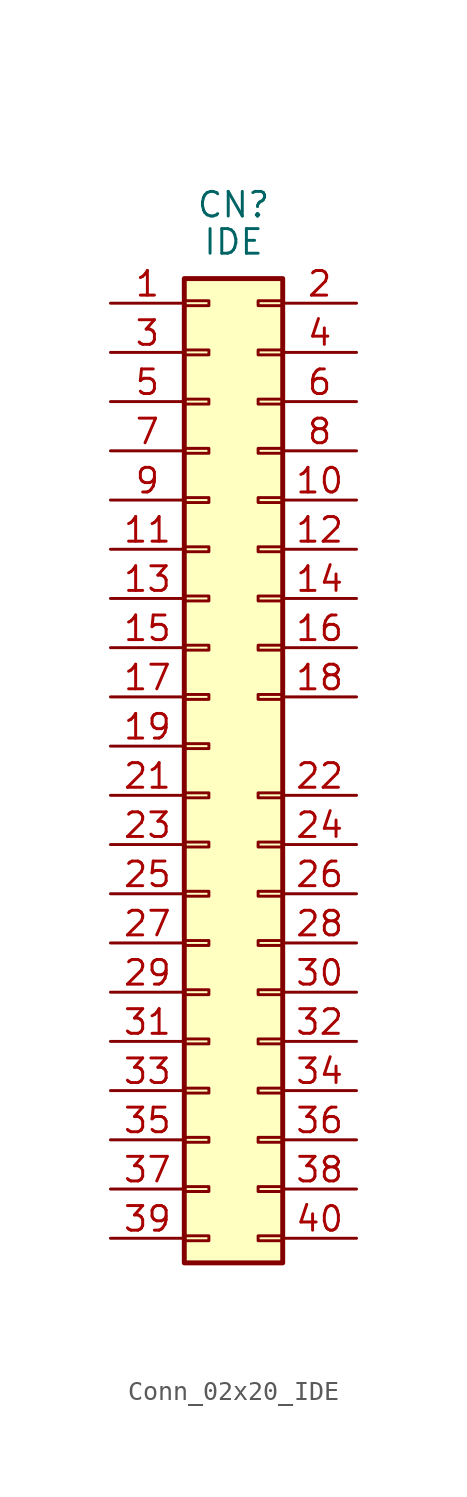
<source format=kicad_sym>
(kicad_symbol_lib
  (version 20220914)
  (generator kicad_symbol_editor)
  (symbol "Conn_02x20_IDE"
    (pin_names
      (offset 1.016) hide)
    (property "Reference" "CN"
      (at 1.27 27.94 0)
      (effects (font (size 1.27 1.27))))
    (property "Value" "IDE"
      (at 1.27 26.019 0)
      (effects (font (size 1.27 1.27))))
    (symbol "Conn_02x20_IDE_1_1"
      (rectangle (start -1.27 -25.273) (end 0 -25.527) (stroke (width 0.152) (type default)) (fill (type none)))
      (rectangle (start -1.27 -22.733) (end 0 -22.987) (stroke (width 0.152) (type default)) (fill (type none)))
      (rectangle (start -1.27 -20.193) (end 0 -20.447) (stroke (width 0.152) (type default)) (fill (type none)))
      (rectangle (start -1.27 -17.653) (end 0 -17.907) (stroke (width 0.152) (type default)) (fill (type none)))
      (rectangle (start -1.27 -15.113) (end 0 -15.367) (stroke (width 0.152) (type default)) (fill (type none)))
      (rectangle (start -1.27 -12.573) (end 0 -12.827) (stroke (width 0.152) (type default)) (fill (type none)))
      (rectangle (start -1.27 -10.033) (end 0 -10.287) (stroke (width 0.152) (type default)) (fill (type none)))
      (rectangle (start -1.27 -7.493) (end 0 -7.747) (stroke (width 0.152) (type default)) (fill (type none)))
      (rectangle (start -1.27 -4.953) (end 0 -5.207) (stroke (width 0.152) (type default)) (fill (type none)))
      (rectangle (start -1.27 -2.413) (end 0 -2.667) (stroke (width 0.152) (type default)) (fill (type none)))
      (rectangle (start -1.27 0.127) (end 0 -0.127) (stroke (width 0.152) (type default)) (fill (type none)))
      (rectangle (start -1.27 2.667) (end 0 2.413) (stroke (width 0.152) (type default)) (fill (type none)))
      (rectangle (start -1.27 5.207) (end 0 4.953) (stroke (width 0.152) (type default)) (fill (type none)))
      (rectangle (start -1.27 7.747) (end 0 7.493) (stroke (width 0.152) (type default)) (fill (type none)))
      (rectangle (start -1.27 10.287) (end 0 10.033) (stroke (width 0.152) (type default)) (fill (type none)))
      (rectangle (start -1.27 12.827) (end 0 12.573) (stroke (width 0.152) (type default)) (fill (type none)))
      (rectangle (start -1.27 15.367) (end 0 15.113) (stroke (width 0.152) (type default)) (fill (type none)))
      (rectangle (start -1.27 17.907) (end 0 17.653) (stroke (width 0.152) (type default)) (fill (type none)))
      (rectangle (start -1.27 20.447) (end 0 20.193) (stroke (width 0.152) (type default)) (fill (type none)))
      (rectangle (start -1.27 22.987) (end 0 22.733) (stroke (width 0.152) (type default)) (fill (type none)))
      (rectangle (start -1.27 24.13) (end 3.81 -26.67) (stroke (width 0.254) (type default)) (fill (type background)))
      (rectangle (start 3.81 -25.273) (end 2.54 -25.527) (stroke (width 0.152) (type default)) (fill (type none)))
      (rectangle (start 3.81 -22.733) (end 2.54 -22.987) (stroke (width 0.152) (type default)) (fill (type none)))
      (rectangle (start 3.81 -20.193) (end 2.54 -20.447) (stroke (width 0.152) (type default)) (fill (type none)))
      (rectangle (start 3.81 -17.653) (end 2.54 -17.907) (stroke (width 0.152) (type default)) (fill (type none)))
      (rectangle (start 3.81 -15.113) (end 2.54 -15.367) (stroke (width 0.152) (type default)) (fill (type none)))
      (rectangle (start 3.81 -12.573) (end 2.54 -12.827) (stroke (width 0.152) (type default)) (fill (type none)))
      (rectangle (start 3.81 -10.033) (end 2.54 -10.287) (stroke (width 0.152) (type default)) (fill (type none)))
      (rectangle (start 3.81 -7.493) (end 2.54 -7.747) (stroke (width 0.152) (type default)) (fill (type none)))
      (rectangle (start 3.81 -4.953) (end 2.54 -5.207) (stroke (width 0.152) (type default)) (fill (type none)))
      (rectangle (start 3.81 -2.413) (end 2.54 -2.667) (stroke (width 0.152) (type default)) (fill (type none)))
      (rectangle (start 3.81 2.667) (end 2.54 2.413) (stroke (width 0.152) (type default)) (fill (type none)))
      (rectangle (start 3.81 5.207) (end 2.54 4.953) (stroke (width 0.152) (type default)) (fill (type none)))
      (rectangle (start 3.81 7.747) (end 2.54 7.493) (stroke (width 0.152) (type default)) (fill (type none)))
      (rectangle (start 3.81 10.287) (end 2.54 10.033) (stroke (width 0.152) (type default)) (fill (type none)))
      (rectangle (start 3.81 12.827) (end 2.54 12.573) (stroke (width 0.152) (type default)) (fill (type none)))
      (rectangle (start 3.81 15.367) (end 2.54 15.113) (stroke (width 0.152) (type default)) (fill (type none)))
      (rectangle (start 3.81 17.907) (end 2.54 17.653) (stroke (width 0.152) (type default)) (fill (type none)))
      (rectangle (start 3.81 20.447) (end 2.54 20.193) (stroke (width 0.152) (type default)) (fill (type none)))
      (rectangle (start 3.81 22.987) (end 2.54 22.733) (stroke (width 0.152) (type default)) (fill (type none)))
      (pin passive line (at -5.08 22.86 0) (length 3.81) (name "Pin_1" (effects (font (size 1.27 1.27)))) (number "1" (effects (font (size 1.27 1.27)))))
      (pin passive line (at 7.62 12.7 180) (length 3.81) (name "Pin_10" (effects (font (size 1.27 1.27)))) (number "10" (effects (font (size 1.27 1.27)))))
      (pin passive line (at -5.08 10.16 0) (length 3.81) (name "Pin_11" (effects (font (size 1.27 1.27)))) (number "11" (effects (font (size 1.27 1.27)))))
      (pin passive line (at 7.62 10.16 180) (length 3.81) (name "Pin_12" (effects (font (size 1.27 1.27)))) (number "12" (effects (font (size 1.27 1.27)))))
      (pin passive line (at -5.08 7.62 0) (length 3.81) (name "Pin_13" (effects (font (size 1.27 1.27)))) (number "13" (effects (font (size 1.27 1.27)))))
      (pin passive line (at 7.62 7.62 180) (length 3.81) (name "Pin_14" (effects (font (size 1.27 1.27)))) (number "14" (effects (font (size 1.27 1.27)))))
      (pin passive line (at -5.08 5.08 0) (length 3.81) (name "Pin_15" (effects (font (size 1.27 1.27)))) (number "15" (effects (font (size 1.27 1.27)))))
      (pin passive line (at 7.62 5.08 180) (length 3.81) (name "Pin_16" (effects (font (size 1.27 1.27)))) (number "16" (effects (font (size 1.27 1.27)))))
      (pin passive line (at -5.08 2.54 0) (length 3.81) (name "Pin_17" (effects (font (size 1.27 1.27)))) (number "17" (effects (font (size 1.27 1.27)))))
      (pin passive line (at 7.62 2.54 180) (length 3.81) (name "Pin_18" (effects (font (size 1.27 1.27)))) (number "18" (effects (font (size 1.27 1.27)))))
      (pin passive line (at -5.08 0 0) (length 3.81) (name "Pin_19" (effects (font (size 1.27 1.27)))) (number "19" (effects (font (size 1.27 1.27)))))
      (pin passive line (at 7.62 22.86 180) (length 3.81) (name "Pin_2" (effects (font (size 1.27 1.27)))) (number "2" (effects (font (size 1.27 1.27)))))
      (pin passive line (at -5.08 -2.54 0) (length 3.81) (name "Pin_21" (effects (font (size 1.27 1.27)))) (number "21" (effects (font (size 1.27 1.27)))))
      (pin passive line (at 7.62 -2.54 180) (length 3.81) (name "Pin_22" (effects (font (size 1.27 1.27)))) (number "22" (effects (font (size 1.27 1.27)))))
      (pin passive line (at -5.08 -5.08 0) (length 3.81) (name "Pin_23" (effects (font (size 1.27 1.27)))) (number "23" (effects (font (size 1.27 1.27)))))
      (pin passive line (at 7.62 -5.08 180) (length 3.81) (name "Pin_24" (effects (font (size 1.27 1.27)))) (number "24" (effects (font (size 1.27 1.27)))))
      (pin passive line (at -5.08 -7.62 0) (length 3.81) (name "Pin_25" (effects (font (size 1.27 1.27)))) (number "25" (effects (font (size 1.27 1.27)))))
      (pin passive line (at 7.62 -7.62 180) (length 3.81) (name "Pin_26" (effects (font (size 1.27 1.27)))) (number "26" (effects (font (size 1.27 1.27)))))
      (pin passive line (at -5.08 -10.16 0) (length 3.81) (name "Pin_27" (effects (font (size 1.27 1.27)))) (number "27" (effects (font (size 1.27 1.27)))))
      (pin passive line (at 7.62 -10.16 180) (length 3.81) (name "Pin_28" (effects (font (size 1.27 1.27)))) (number "28" (effects (font (size 1.27 1.27)))))
      (pin passive line (at -5.08 -12.7 0) (length 3.81) (name "Pin_29" (effects (font (size 1.27 1.27)))) (number "29" (effects (font (size 1.27 1.27)))))
      (pin passive line (at -5.08 20.32 0) (length 3.81) (name "Pin_3" (effects (font (size 1.27 1.27)))) (number "3" (effects (font (size 1.27 1.27)))))
      (pin passive line (at 7.62 -12.7 180) (length 3.81) (name "Pin_30" (effects (font (size 1.27 1.27)))) (number "30" (effects (font (size 1.27 1.27)))))
      (pin passive line (at -5.08 -15.24 0) (length 3.81) (name "Pin_31" (effects (font (size 1.27 1.27)))) (number "31" (effects (font (size 1.27 1.27)))))
      (pin passive line (at 7.62 -15.24 180) (length 3.81) (name "Pin_32" (effects (font (size 1.27 1.27)))) (number "32" (effects (font (size 1.27 1.27)))))
      (pin passive line (at -5.08 -17.78 0) (length 3.81) (name "Pin_33" (effects (font (size 1.27 1.27)))) (number "33" (effects (font (size 1.27 1.27)))))
      (pin passive line (at 7.62 -17.78 180) (length 3.81) (name "Pin_34" (effects (font (size 1.27 1.27)))) (number "34" (effects (font (size 1.27 1.27)))))
      (pin passive line (at -5.08 -20.32 0) (length 3.81) (name "Pin_35" (effects (font (size 1.27 1.27)))) (number "35" (effects (font (size 1.27 1.27)))))
      (pin passive line (at 7.62 -20.32 180) (length 3.81) (name "Pin_36" (effects (font (size 1.27 1.27)))) (number "36" (effects (font (size 1.27 1.27)))))
      (pin passive line (at -5.08 -22.86 0) (length 3.81) (name "Pin_37" (effects (font (size 1.27 1.27)))) (number "37" (effects (font (size 1.27 1.27)))))
      (pin passive line (at 7.62 -22.86 180) (length 3.81) (name "Pin_38" (effects (font (size 1.27 1.27)))) (number "38" (effects (font (size 1.27 1.27)))))
      (pin passive line (at -5.08 -25.4 0) (length 3.81) (name "Pin_39" (effects (font (size 1.27 1.27)))) (number "39" (effects (font (size 1.27 1.27)))))
      (pin passive line (at 7.62 20.32 180) (length 3.81) (name "Pin_4" (effects (font (size 1.27 1.27)))) (number "4" (effects (font (size 1.27 1.27)))))
      (pin passive line (at 7.62 -25.4 180) (length 3.81) (name "Pin_40" (effects (font (size 1.27 1.27)))) (number "40" (effects (font (size 1.27 1.27)))))
      (pin passive line (at -5.08 17.78 0) (length 3.81) (name "Pin_5" (effects (font (size 1.27 1.27)))) (number "5" (effects (font (size 1.27 1.27)))))
      (pin passive line (at 7.62 17.78 180) (length 3.81) (name "Pin_6" (effects (font (size 1.27 1.27)))) (number "6" (effects (font (size 1.27 1.27)))))
      (pin passive line (at -5.08 15.24 0) (length 3.81) (name "Pin_7" (effects (font (size 1.27 1.27)))) (number "7" (effects (font (size 1.27 1.27)))))
      (pin passive line (at 7.62 15.24 180) (length 3.81) (name "Pin_8" (effects (font (size 1.27 1.27)))) (number "8" (effects (font (size 1.27 1.27)))))
      (pin passive line (at -5.08 12.7 0) (length 3.81) (name "Pin_9" (effects (font (size 1.27 1.27)))) (number "9" (effects (font (size 1.27 1.27))))))))
</source>
